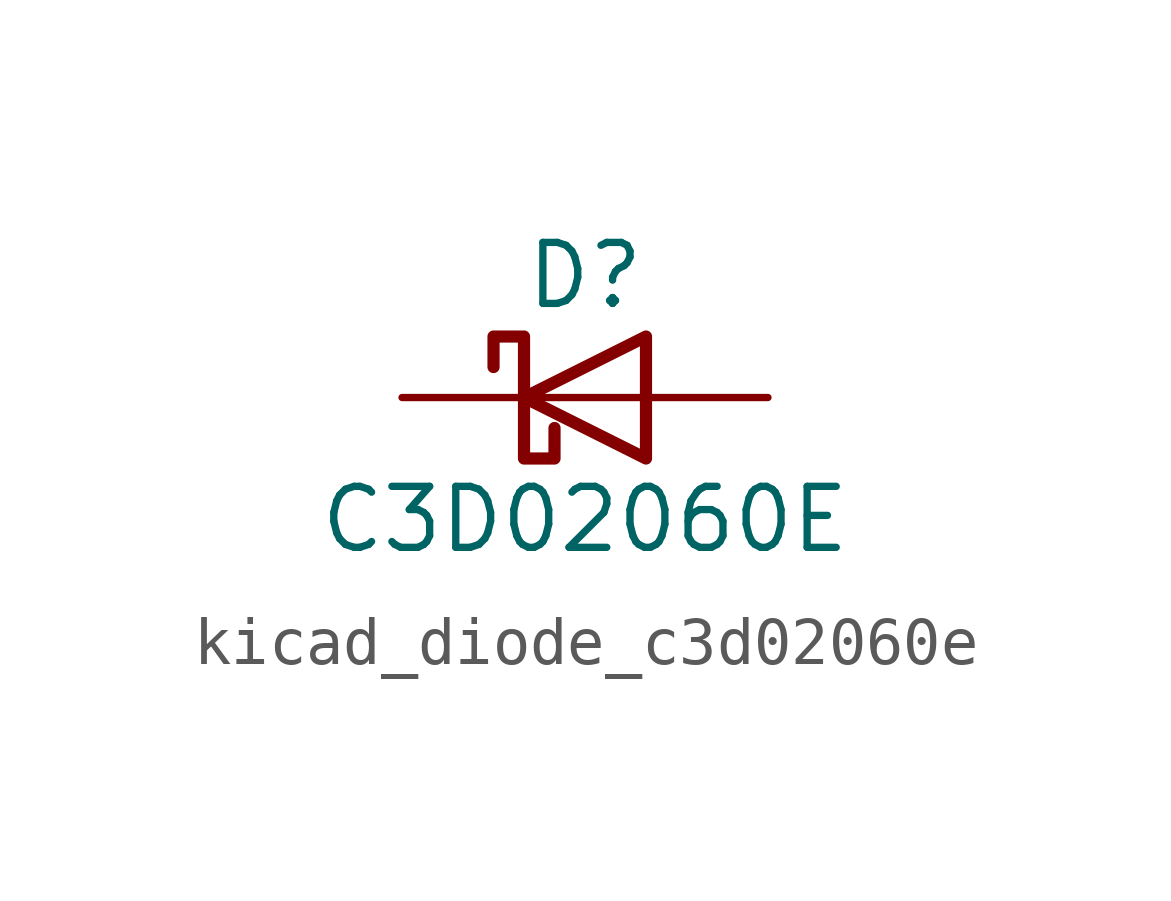
<source format=kicad_sym>
(kicad_symbol_lib
  (version 20220914)
  (generator kicad_symbol_editor)
  (symbol "kicad_diode_c3d02060e"
    (pin_numbers hide)
    (pin_names
      (offset 1.016) hide)
    (property "Reference" "D"
      (at 0 2.54 0)
      (effects (font (size 1.27 1.27))))
    (property "Value" "C3D02060E"
      (at 0 -2.54 0)
      (effects (font (size 1.27 1.27))))
    (symbol "kicad_diode_c3d02060e_0_1"
      (polyline (pts (xy 1.27 0) (xy -1.27 0)) (stroke (width 0) (type default)) (fill (type none)))
      (polyline (pts (xy 1.27 1.27) (xy 1.27 -1.27) (xy -1.27 0) (xy 1.27 1.27)) (stroke (width 0.254) (type default)) (fill (type none)))
      (polyline (pts (xy -1.905 0.635) (xy -1.905 1.27) (xy -1.27 1.27) (xy -1.27 -1.27) (xy -0.635 -1.27) (xy -0.635 -0.635)) (stroke (width 0.254) (type default)) (fill (type none))))
    (symbol "kicad_diode_c3d02060e_1_1"
      (pin passive line (at -3.81 0 0) (length 2.54) (name "K" (effects (font (size 1.27 1.27)))) (number "1" (effects (font (size 1.27 1.27)))))
      (pin passive line (at 3.81 0 180) (length 2.54) (name "A" (effects (font (size 1.27 1.27)))) (number "2" (effects (font (size 1.27 1.27))))))))
</source>
